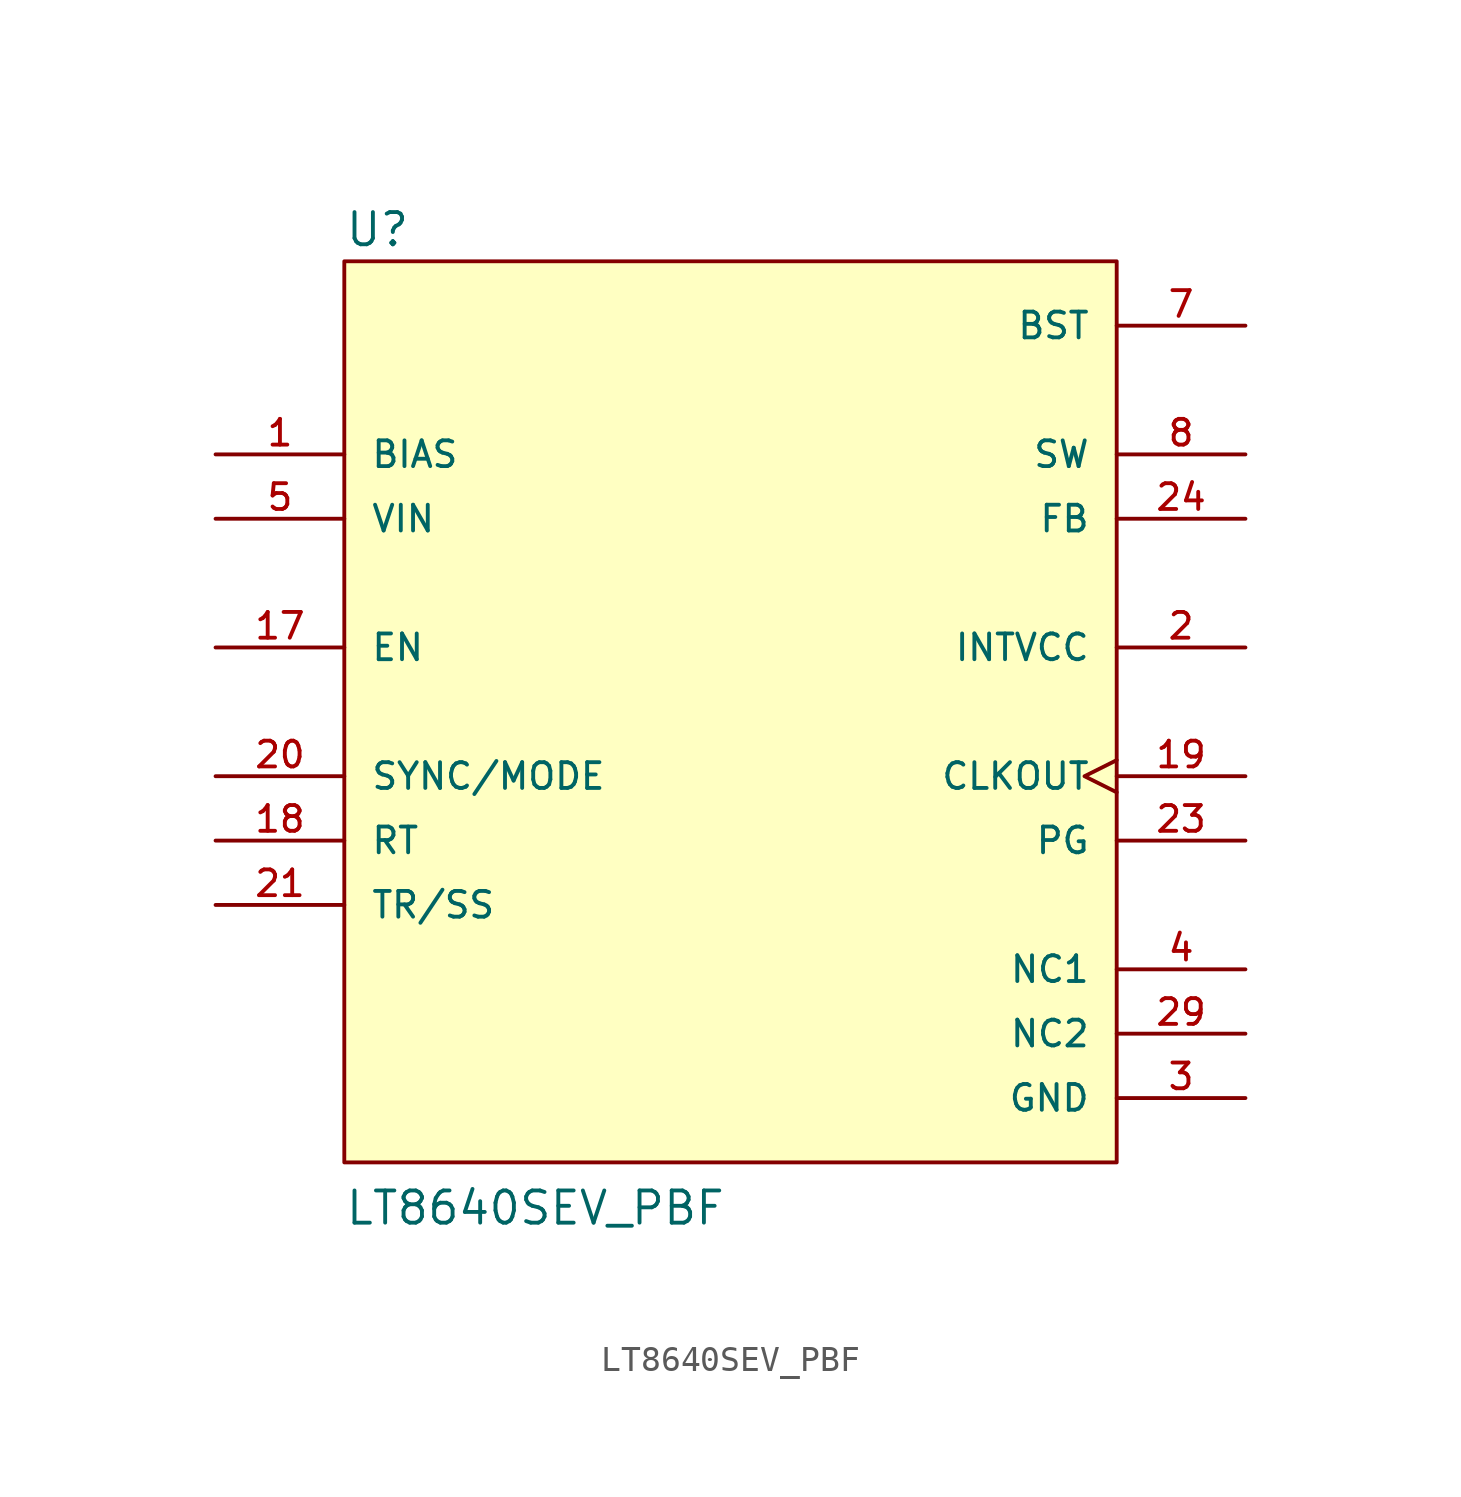
<source format=kicad_sym>
(kicad_symbol_lib
  (version 20211014)
  (generator kicad_symbol_editor)
  (symbol "LT8640SEV_PBF"
    (pin_names
      (offset 1.016))
    (property "Reference" "U"
      (at -15.24 18.288 0)
      (effects (font (size 1.27 1.27)) (justify bottom left)))
    (property "Value" "LT8640SEV_PBF"
      (at -15.24 -20.32 0)
      (effects (font (size 1.27 1.27)) (justify bottom left)))
    (symbol "LT8640SEV_PBF_0_0"
      (rectangle (start -15.24 -17.78) (end 15.24 17.78) (stroke (width 0.152)) (fill (type background)))
      (pin input line (at -20.32 10.16 0) (length 5.08) (name "BIAS" (effects (font (size 1.016 1.016)))) (number "1" (effects (font (size 1.016 1.016)))))
      (pin passive line (at 20.32 2.54 180.0) (length 5.08) (name "INTVCC" (effects (font (size 1.016 1.016)))) (number "2" (effects (font (size 1.016 1.016)))))
      (pin power_in line (at 20.32 -15.24 180.0) (length 5.08) (name "GND" (effects (font (size 1.016 1.016)))) (number "3" (effects (font (size 1.016 1.016)))))
      (pin power_in line (at 20.32 -15.24 180.0) (length 5.08) hide (name "GND" (effects (font (size 1.016 1.016)))) (number "16" (effects (font (size 1.016 1.016)))))
      (pin power_in line (at 20.32 -15.24 180.0) (length 5.08) hide (name "GND" (effects (font (size 1.016 1.016)))) (number "22" (effects (font (size 1.016 1.016)))))
      (pin power_in line (at 20.32 -15.24 180.0) (length 5.08) hide (name "GND" (effects (font (size 1.016 1.016)))) (number "25" (effects (font (size 1.016 1.016)))))
      (pin power_in line (at 20.32 -15.24 180.0) (length 5.08) hide (name "GND" (effects (font (size 1.016 1.016)))) (number "26" (effects (font (size 1.016 1.016)))))
      (pin power_in line (at 20.32 -15.24 180.0) (length 5.08) hide (name "GND" (effects (font (size 1.016 1.016)))) (number "27" (effects (font (size 1.016 1.016)))))
      (pin power_in line (at 20.32 -15.24 180.0) (length 5.08) hide (name "GND" (effects (font (size 1.016 1.016)))) (number "28" (effects (font (size 1.016 1.016)))))
      (pin input line (at -20.32 7.62 0) (length 5.08) (name "VIN" (effects (font (size 1.016 1.016)))) (number "5" (effects (font (size 1.016 1.016)))))
      (pin input line (at -20.32 7.62 0) (length 5.08) hide (name "VIN" (effects (font (size 1.016 1.016)))) (number "6" (effects (font (size 1.016 1.016)))))
      (pin input line (at -20.32 7.62 0) (length 5.08) hide (name "VIN" (effects (font (size 1.016 1.016)))) (number "13" (effects (font (size 1.016 1.016)))))
      (pin input line (at -20.32 7.62 0) (length 5.08) hide (name "VIN" (effects (font (size 1.016 1.016)))) (number "14" (effects (font (size 1.016 1.016)))))
      (pin passive line (at 20.32 15.24 180.0) (length 5.08) (name "BST" (effects (font (size 1.016 1.016)))) (number "7" (effects (font (size 1.016 1.016)))))
      (pin output line (at 20.32 10.16 180.0) (length 5.08) (name "SW" (effects (font (size 1.016 1.016)))) (number "8" (effects (font (size 1.016 1.016)))))
      (pin output line (at 20.32 10.16 180.0) (length 5.08) hide (name "SW" (effects (font (size 1.016 1.016)))) (number "9" (effects (font (size 1.016 1.016)))))
      (pin output line (at 20.32 10.16 180.0) (length 5.08) hide (name "SW" (effects (font (size 1.016 1.016)))) (number "10" (effects (font (size 1.016 1.016)))))
      (pin output line (at 20.32 10.16 180.0) (length 5.08) hide (name "SW" (effects (font (size 1.016 1.016)))) (number "11" (effects (font (size 1.016 1.016)))))
      (pin output line (at 20.32 10.16 180.0) (length 5.08) hide (name "SW" (effects (font (size 1.016 1.016)))) (number "12" (effects (font (size 1.016 1.016)))))
      (pin input line (at -20.32 2.54 0) (length 5.08) (name "EN" (effects (font (size 1.016 1.016)))) (number "17" (effects (font (size 1.016 1.016)))))
      (pin passive line (at -20.32 -5.08 0) (length 5.08) (name "RT" (effects (font (size 1.016 1.016)))) (number "18" (effects (font (size 1.016 1.016)))))
      (pin output clock (at 20.32 -2.54 180.0) (length 5.08) (name "CLKOUT" (effects (font (size 1.016 1.016)))) (number "19" (effects (font (size 1.016 1.016)))))
      (pin input line (at -20.32 -2.54 0) (length 5.08) (name "SYNC/MODE" (effects (font (size 1.016 1.016)))) (number "20" (effects (font (size 1.016 1.016)))))
      (pin passive line (at -20.32 -7.62 0) (length 5.08) (name "TR/SS" (effects (font (size 1.016 1.016)))) (number "21" (effects (font (size 1.016 1.016)))))
      (pin output line (at 20.32 -5.08 180.0) (length 5.08) (name "PG" (effects (font (size 1.016 1.016)))) (number "23" (effects (font (size 1.016 1.016)))))
      (pin input line (at 20.32 7.62 180.0) (length 5.08) (name "FB" (effects (font (size 1.016 1.016)))) (number "24" (effects (font (size 1.016 1.016)))))
      (pin power_in line (at 20.32 -10.16 180.0) (length 5.08) (name "NC1" (effects (font (size 1.016 1.016)))) (number "4" (effects (font (size 1.016 1.016)))))
      (pin power_in line (at 20.32 -10.16 180.0) (length 5.08) hide (name "NC1" (effects (font (size 1.016 1.016)))) (number "15" (effects (font (size 1.016 1.016)))))
      (pin power_in line (at 20.32 -12.7 180.0) (length 5.08) (name "NC2" (effects (font (size 1.016 1.016)))) (number "29" (effects (font (size 1.016 1.016)))))
      (pin power_in line (at 20.32 -12.7 180.0) (length 5.08) hide (name "NC2" (effects (font (size 1.016 1.016)))) (number "30" (effects (font (size 1.016 1.016)))))
      (pin power_in line (at 20.32 -12.7 180.0) (length 5.08) hide (name "NC2" (effects (font (size 1.016 1.016)))) (number "31" (effects (font (size 1.016 1.016)))))
      (pin power_in line (at 20.32 -12.7 180.0) (length 5.08) hide (name "NC2" (effects (font (size 1.016 1.016)))) (number "32" (effects (font (size 1.016 1.016))))))))
</source>
